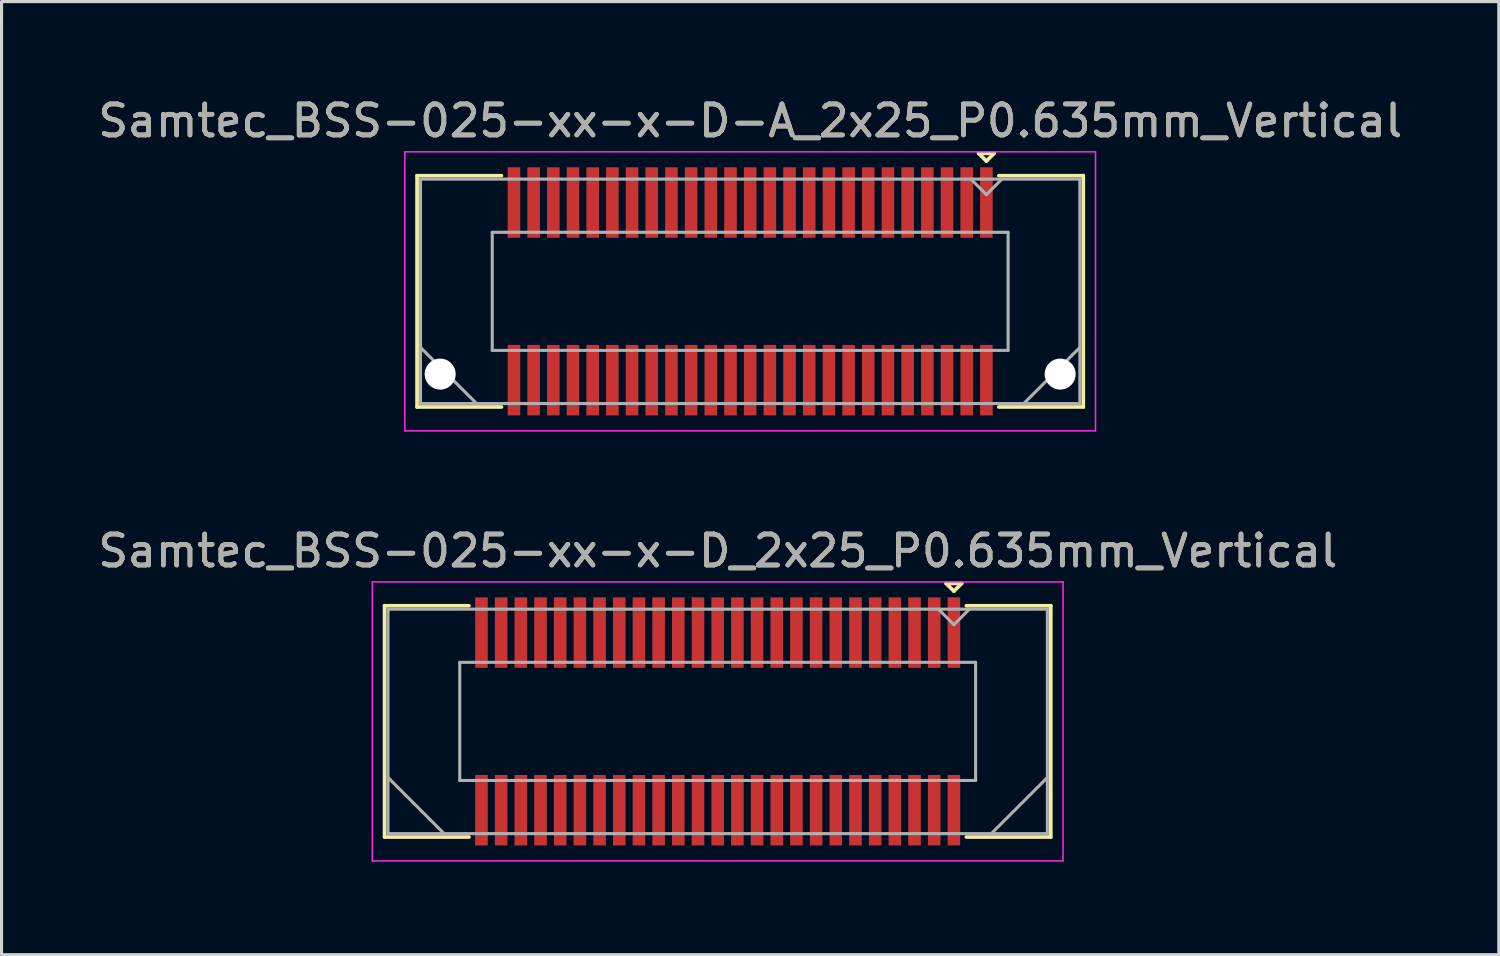
<source format=kicad_pcb>
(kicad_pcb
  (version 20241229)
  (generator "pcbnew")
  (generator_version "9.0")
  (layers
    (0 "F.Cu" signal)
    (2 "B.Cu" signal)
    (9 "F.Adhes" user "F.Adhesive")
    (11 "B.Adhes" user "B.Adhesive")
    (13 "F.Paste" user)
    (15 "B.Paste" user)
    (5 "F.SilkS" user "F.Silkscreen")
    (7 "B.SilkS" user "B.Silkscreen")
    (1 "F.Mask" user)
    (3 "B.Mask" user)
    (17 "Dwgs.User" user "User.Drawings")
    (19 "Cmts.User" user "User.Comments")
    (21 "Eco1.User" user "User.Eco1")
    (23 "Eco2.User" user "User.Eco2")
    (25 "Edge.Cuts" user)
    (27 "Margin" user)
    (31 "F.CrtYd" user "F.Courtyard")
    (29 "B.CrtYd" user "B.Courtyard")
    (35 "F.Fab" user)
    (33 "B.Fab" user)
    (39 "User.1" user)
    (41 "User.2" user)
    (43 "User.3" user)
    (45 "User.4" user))
  (footprint "Samtec_BSS-025-xx-x-D-A_2x25_P0.635mm_Vertical"
    (layer "F.Cu")
    (at 21.149 6.348)
    (property "Reference" "Samtec_BSS-025-xx-x-D-A_2x25_P0.635mm_Vertical" (at 0 -5.5 0) (layer "F.SilkS") (effects (font (size 1 1) (thickness 0.15))))
    (attr smd)
    (fp_line (start -10.745 -3.73) (end -8.023 -3.73) (stroke (width 0.12) (type solid)) (layer "F.SilkS"))
    (fp_line (start -10.745 3.73) (end -10.745 -3.73) (stroke (width 0.12) (type solid)) (layer "F.SilkS"))
    (fp_line (start -8.023 3.73) (end -10.745 3.73) (stroke (width 0.12) (type solid)) (layer "F.SilkS"))
    (fp_line (start 7.37 -4.452) (end 7.87 -4.452) (stroke (width 0.12) (type solid)) (layer "F.SilkS"))
    (fp_line (start 7.62 -4.202) (end 7.37 -4.452) (stroke (width 0.12) (type solid)) (layer "F.SilkS"))
    (fp_line (start 7.87 -4.452) (end 7.62 -4.202) (stroke (width 0.12) (type solid)) (layer "F.SilkS"))
    (fp_line (start 8.023 3.73) (end 10.745 3.73) (stroke (width 0.12) (type solid)) (layer "F.SilkS"))
    (fp_line (start 10.745 -3.73) (end 8.023 -3.73) (stroke (width 0.12) (type solid)) (layer "F.SilkS"))
    (fp_line (start 10.745 3.73) (end 10.745 -3.73) (stroke (width 0.12) (type solid)) (layer "F.SilkS"))
    (fp_line (start -11.14 -4.5) (end -11.14 4.5) (stroke (width 0.05) (type solid)) (layer "F.CrtYd"))
    (fp_line (start -11.14 4.5) (end 11.14 4.5) (stroke (width 0.05) (type solid)) (layer "F.CrtYd"))
    (fp_line (start 11.14 -4.5) (end -11.14 -4.5) (stroke (width 0.05) (type solid)) (layer "F.CrtYd"))
    (fp_line (start 11.14 4.5) (end 11.14 -4.5) (stroke (width 0.05) (type solid)) (layer "F.CrtYd"))
    (fp_line (start -10.635 -3.62) (end -10.635 3.62) (stroke (width 0.1) (type solid)) (layer "F.Fab"))
    (fp_line (start -10.635 1.81) (end -8.825 3.62) (stroke (width 0.1) (type solid)) (layer "F.Fab"))
    (fp_line (start -10.635 3.62) (end 10.635 3.62) (stroke (width 0.1) (type solid)) (layer "F.Fab"))
    (fp_line (start -8.32 -1.905) (end -8.32 1.905) (stroke (width 0.1) (type solid)) (layer "F.Fab"))
    (fp_line (start -8.32 1.905) (end 8.32 1.905) (stroke (width 0.1) (type solid)) (layer "F.Fab"))
    (fp_line (start 7.62 -3.12) (end 7.12 -3.62) (stroke (width 0.1) (type solid)) (layer "F.Fab"))
    (fp_line (start 8.12 -3.62) (end 7.62 -3.12) (stroke (width 0.1) (type solid)) (layer "F.Fab"))
    (fp_line (start 8.32 -1.905) (end -8.32 -1.905) (stroke (width 0.1) (type solid)) (layer "F.Fab"))
    (fp_line (start 8.32 1.905) (end 8.32 -1.905) (stroke (width 0.1) (type solid)) (layer "F.Fab"))
    (fp_line (start 10.635 -3.62) (end -10.635 -3.62) (stroke (width 0.1) (type solid)) (layer "F.Fab"))
    (fp_line (start 10.635 1.81) (end 8.825 3.62) (stroke (width 0.1) (type solid)) (layer "F.Fab"))
    (fp_line (start 10.635 3.62) (end 10.635 -3.62) (stroke (width 0.1) (type solid)) (layer "F.Fab"))
    (fp_text user "${REFERENCE}" (at 0 -5.5 0) (layer "F.Fab") (effects (font (size 1 1) (thickness 0.15))))
    (pad "" np_thru_hole circle (at -10 2.67) (size 1 1) (drill 1) (layers "*.Cu" "*.Mask"))
    (pad "" np_thru_hole circle (at 10 2.67) (size 1 1) (drill 1) (layers "*.Cu" "*.Mask"))
    (pad "1" smd rect (at 7.62 -2.865) (size 0.406 2.273) (layers "F.Cu" "F.Mask" "F.Paste"))
    (pad "2" smd rect (at 7.62 2.865) (size 0.406 2.273) (layers "F.Cu" "F.Mask" "F.Paste"))
    (pad "3" smd rect (at 6.985 -2.865) (size 0.406 2.273) (layers "F.Cu" "F.Mask" "F.Paste"))
    (pad "4" smd rect (at 6.985 2.865) (size 0.406 2.273) (layers "F.Cu" "F.Mask" "F.Paste"))
    (pad "5" smd rect (at 6.35 -2.865) (size 0.406 2.273) (layers "F.Cu" "F.Mask" "F.Paste"))
    (pad "6" smd rect (at 6.35 2.865) (size 0.406 2.273) (layers "F.Cu" "F.Mask" "F.Paste"))
    (pad "7" smd rect (at 5.715 -2.865) (size 0.406 2.273) (layers "F.Cu" "F.Mask" "F.Paste"))
    (pad "8" smd rect (at 5.715 2.865) (size 0.406 2.273) (layers "F.Cu" "F.Mask" "F.Paste"))
    (pad "9" smd rect (at 5.08 -2.865) (size 0.406 2.273) (layers "F.Cu" "F.Mask" "F.Paste"))
    (pad "10" smd rect (at 5.08 2.865) (size 0.406 2.273) (layers "F.Cu" "F.Mask" "F.Paste"))
    (pad "11" smd rect (at 4.445 -2.865) (size 0.406 2.273) (layers "F.Cu" "F.Mask" "F.Paste"))
    (pad "12" smd rect (at 4.445 2.865) (size 0.406 2.273) (layers "F.Cu" "F.Mask" "F.Paste"))
    (pad "13" smd rect (at 3.81 -2.865) (size 0.406 2.273) (layers "F.Cu" "F.Mask" "F.Paste"))
    (pad "14" smd rect (at 3.81 2.865) (size 0.406 2.273) (layers "F.Cu" "F.Mask" "F.Paste"))
    (pad "15" smd rect (at 3.175 -2.865) (size 0.406 2.273) (layers "F.Cu" "F.Mask" "F.Paste"))
    (pad "16" smd rect (at 3.175 2.865) (size 0.406 2.273) (layers "F.Cu" "F.Mask" "F.Paste"))
    (pad "17" smd rect (at 2.54 -2.865) (size 0.406 2.273) (layers "F.Cu" "F.Mask" "F.Paste"))
    (pad "18" smd rect (at 2.54 2.865) (size 0.406 2.273) (layers "F.Cu" "F.Mask" "F.Paste"))
    (pad "19" smd rect (at 1.905 -2.865) (size 0.406 2.273) (layers "F.Cu" "F.Mask" "F.Paste"))
    (pad "20" smd rect (at 1.905 2.865) (size 0.406 2.273) (layers "F.Cu" "F.Mask" "F.Paste"))
    (pad "21" smd rect (at 1.27 -2.865) (size 0.406 2.273) (layers "F.Cu" "F.Mask" "F.Paste"))
    (pad "22" smd rect (at 1.27 2.865) (size 0.406 2.273) (layers "F.Cu" "F.Mask" "F.Paste"))
    (pad "23" smd rect (at 0.635 -2.865) (size 0.406 2.273) (layers "F.Cu" "F.Mask" "F.Paste"))
    (pad "24" smd rect (at 0.635 2.865) (size 0.406 2.273) (layers "F.Cu" "F.Mask" "F.Paste"))
    (pad "25" smd rect (at 0 -2.865) (size 0.406 2.273) (layers "F.Cu" "F.Mask" "F.Paste"))
    (pad "26" smd rect (at 0 2.865) (size 0.406 2.273) (layers "F.Cu" "F.Mask" "F.Paste"))
    (pad "27" smd rect (at -0.635 -2.865) (size 0.406 2.273) (layers "F.Cu" "F.Mask" "F.Paste"))
    (pad "28" smd rect (at -0.635 2.865) (size 0.406 2.273) (layers "F.Cu" "F.Mask" "F.Paste"))
    (pad "29" smd rect (at -1.27 -2.865) (size 0.406 2.273) (layers "F.Cu" "F.Mask" "F.Paste"))
    (pad "30" smd rect (at -1.27 2.865) (size 0.406 2.273) (layers "F.Cu" "F.Mask" "F.Paste"))
    (pad "31" smd rect (at -1.905 -2.865) (size 0.406 2.273) (layers "F.Cu" "F.Mask" "F.Paste"))
    (pad "32" smd rect (at -1.905 2.865) (size 0.406 2.273) (layers "F.Cu" "F.Mask" "F.Paste"))
    (pad "33" smd rect (at -2.54 -2.865) (size 0.406 2.273) (layers "F.Cu" "F.Mask" "F.Paste"))
    (pad "34" smd rect (at -2.54 2.865) (size 0.406 2.273) (layers "F.Cu" "F.Mask" "F.Paste"))
    (pad "35" smd rect (at -3.175 -2.865) (size 0.406 2.273) (layers "F.Cu" "F.Mask" "F.Paste"))
    (pad "36" smd rect (at -3.175 2.865) (size 0.406 2.273) (layers "F.Cu" "F.Mask" "F.Paste"))
    (pad "37" smd rect (at -3.81 -2.865) (size 0.406 2.273) (layers "F.Cu" "F.Mask" "F.Paste"))
    (pad "38" smd rect (at -3.81 2.865) (size 0.406 2.273) (layers "F.Cu" "F.Mask" "F.Paste"))
    (pad "39" smd rect (at -4.445 -2.865) (size 0.406 2.273) (layers "F.Cu" "F.Mask" "F.Paste"))
    (pad "40" smd rect (at -4.445 2.865) (size 0.406 2.273) (layers "F.Cu" "F.Mask" "F.Paste"))
    (pad "41" smd rect (at -5.08 -2.865) (size 0.406 2.273) (layers "F.Cu" "F.Mask" "F.Paste"))
    (pad "42" smd rect (at -5.08 2.865) (size 0.406 2.273) (layers "F.Cu" "F.Mask" "F.Paste"))
    (pad "43" smd rect (at -5.715 -2.865) (size 0.406 2.273) (layers "F.Cu" "F.Mask" "F.Paste"))
    (pad "44" smd rect (at -5.715 2.865) (size 0.406 2.273) (layers "F.Cu" "F.Mask" "F.Paste"))
    (pad "45" smd rect (at -6.35 -2.865) (size 0.406 2.273) (layers "F.Cu" "F.Mask" "F.Paste"))
    (pad "46" smd rect (at -6.35 2.865) (size 0.406 2.273) (layers "F.Cu" "F.Mask" "F.Paste"))
    (pad "47" smd rect (at -6.985 -2.865) (size 0.406 2.273) (layers "F.Cu" "F.Mask" "F.Paste"))
    (pad "48" smd rect (at -6.985 2.865) (size 0.406 2.273) (layers "F.Cu" "F.Mask" "F.Paste"))
    (pad "49" smd rect (at -7.62 -2.865) (size 0.406 2.273) (layers "F.Cu" "F.Mask" "F.Paste"))
    (pad "50" smd rect (at -7.62 2.865) (size 0.406 2.273) (layers "F.Cu" "F.Mask" "F.Paste")))
  (footprint "Samtec_BSS-025-xx-x-D_2x25_P0.635mm_Vertical"
    (layer "F.Cu")
    (at 20.101 20.221)
    (property "Reference" "Samtec_BSS-025-xx-x-D_2x25_P0.635mm_Vertical" (at 0 -5.5 0) (layer "F.SilkS") (effects (font (size 1 1) (thickness 0.15))))
    (attr smd)
    (fp_line (start -10.745 -3.73) (end -8.023 -3.73) (stroke (width 0.12) (type solid)) (layer "F.SilkS"))
    (fp_line (start -10.745 3.73) (end -10.745 -3.73) (stroke (width 0.12) (type solid)) (layer "F.SilkS"))
    (fp_line (start -8.023 3.73) (end -10.745 3.73) (stroke (width 0.12) (type solid)) (layer "F.SilkS"))
    (fp_line (start 7.37 -4.452) (end 7.87 -4.452) (stroke (width 0.12) (type solid)) (layer "F.SilkS"))
    (fp_line (start 7.62 -4.202) (end 7.37 -4.452) (stroke (width 0.12) (type solid)) (layer "F.SilkS"))
    (fp_line (start 7.87 -4.452) (end 7.62 -4.202) (stroke (width 0.12) (type solid)) (layer "F.SilkS"))
    (fp_line (start 8.023 3.73) (end 10.745 3.73) (stroke (width 0.12) (type solid)) (layer "F.SilkS"))
    (fp_line (start 10.745 -3.73) (end 8.023 -3.73) (stroke (width 0.12) (type solid)) (layer "F.SilkS"))
    (fp_line (start 10.745 3.73) (end 10.745 -3.73) (stroke (width 0.12) (type solid)) (layer "F.SilkS"))
    (fp_line (start -11.14 -4.5) (end -11.14 4.5) (stroke (width 0.05) (type solid)) (layer "F.CrtYd"))
    (fp_line (start -11.14 4.5) (end 11.14 4.5) (stroke (width 0.05) (type solid)) (layer "F.CrtYd"))
    (fp_line (start 11.14 -4.5) (end -11.14 -4.5) (stroke (width 0.05) (type solid)) (layer "F.CrtYd"))
    (fp_line (start 11.14 4.5) (end 11.14 -4.5) (stroke (width 0.05) (type solid)) (layer "F.CrtYd"))
    (fp_line (start -10.635 -3.62) (end -10.635 3.62) (stroke (width 0.1) (type solid)) (layer "F.Fab"))
    (fp_line (start -10.635 1.81) (end -8.825 3.62) (stroke (width 0.1) (type solid)) (layer "F.Fab"))
    (fp_line (start -10.635 3.62) (end 10.635 3.62) (stroke (width 0.1) (type solid)) (layer "F.Fab"))
    (fp_line (start -8.32 -1.905) (end -8.32 1.905) (stroke (width 0.1) (type solid)) (layer "F.Fab"))
    (fp_line (start -8.32 1.905) (end 8.32 1.905) (stroke (width 0.1) (type solid)) (layer "F.Fab"))
    (fp_line (start 7.62 -3.12) (end 7.12 -3.62) (stroke (width 0.1) (type solid)) (layer "F.Fab"))
    (fp_line (start 8.12 -3.62) (end 7.62 -3.12) (stroke (width 0.1) (type solid)) (layer "F.Fab"))
    (fp_line (start 8.32 -1.905) (end -8.32 -1.905) (stroke (width 0.1) (type solid)) (layer "F.Fab"))
    (fp_line (start 8.32 1.905) (end 8.32 -1.905) (stroke (width 0.1) (type solid)) (layer "F.Fab"))
    (fp_line (start 10.635 -3.62) (end -10.635 -3.62) (stroke (width 0.1) (type solid)) (layer "F.Fab"))
    (fp_line (start 10.635 1.81) (end 8.825 3.62) (stroke (width 0.1) (type solid)) (layer "F.Fab"))
    (fp_line (start 10.635 3.62) (end 10.635 -3.62) (stroke (width 0.1) (type solid)) (layer "F.Fab"))
    (fp_text user "${REFERENCE}" (at 0 -5.5 0) (layer "F.Fab") (effects (font (size 1 1) (thickness 0.15))))
    (pad "1" smd rect (at 7.62 -2.865) (size 0.406 2.273) (layers "F.Cu" "F.Mask" "F.Paste"))
    (pad "2" smd rect (at 7.62 2.865) (size 0.406 2.273) (layers "F.Cu" "F.Mask" "F.Paste"))
    (pad "3" smd rect (at 6.985 -2.865) (size 0.406 2.273) (layers "F.Cu" "F.Mask" "F.Paste"))
    (pad "4" smd rect (at 6.985 2.865) (size 0.406 2.273) (layers "F.Cu" "F.Mask" "F.Paste"))
    (pad "5" smd rect (at 6.35 -2.865) (size 0.406 2.273) (layers "F.Cu" "F.Mask" "F.Paste"))
    (pad "6" smd rect (at 6.35 2.865) (size 0.406 2.273) (layers "F.Cu" "F.Mask" "F.Paste"))
    (pad "7" smd rect (at 5.715 -2.865) (size 0.406 2.273) (layers "F.Cu" "F.Mask" "F.Paste"))
    (pad "8" smd rect (at 5.715 2.865) (size 0.406 2.273) (layers "F.Cu" "F.Mask" "F.Paste"))
    (pad "9" smd rect (at 5.08 -2.865) (size 0.406 2.273) (layers "F.Cu" "F.Mask" "F.Paste"))
    (pad "10" smd rect (at 5.08 2.865) (size 0.406 2.273) (layers "F.Cu" "F.Mask" "F.Paste"))
    (pad "11" smd rect (at 4.445 -2.865) (size 0.406 2.273) (layers "F.Cu" "F.Mask" "F.Paste"))
    (pad "12" smd rect (at 4.445 2.865) (size 0.406 2.273) (layers "F.Cu" "F.Mask" "F.Paste"))
    (pad "13" smd rect (at 3.81 -2.865) (size 0.406 2.273) (layers "F.Cu" "F.Mask" "F.Paste"))
    (pad "14" smd rect (at 3.81 2.865) (size 0.406 2.273) (layers "F.Cu" "F.Mask" "F.Paste"))
    (pad "15" smd rect (at 3.175 -2.865) (size 0.406 2.273) (layers "F.Cu" "F.Mask" "F.Paste"))
    (pad "16" smd rect (at 3.175 2.865) (size 0.406 2.273) (layers "F.Cu" "F.Mask" "F.Paste"))
    (pad "17" smd rect (at 2.54 -2.865) (size 0.406 2.273) (layers "F.Cu" "F.Mask" "F.Paste"))
    (pad "18" smd rect (at 2.54 2.865) (size 0.406 2.273) (layers "F.Cu" "F.Mask" "F.Paste"))
    (pad "19" smd rect (at 1.905 -2.865) (size 0.406 2.273) (layers "F.Cu" "F.Mask" "F.Paste"))
    (pad "20" smd rect (at 1.905 2.865) (size 0.406 2.273) (layers "F.Cu" "F.Mask" "F.Paste"))
    (pad "21" smd rect (at 1.27 -2.865) (size 0.406 2.273) (layers "F.Cu" "F.Mask" "F.Paste"))
    (pad "22" smd rect (at 1.27 2.865) (size 0.406 2.273) (layers "F.Cu" "F.Mask" "F.Paste"))
    (pad "23" smd rect (at 0.635 -2.865) (size 0.406 2.273) (layers "F.Cu" "F.Mask" "F.Paste"))
    (pad "24" smd rect (at 0.635 2.865) (size 0.406 2.273) (layers "F.Cu" "F.Mask" "F.Paste"))
    (pad "25" smd rect (at 0 -2.865) (size 0.406 2.273) (layers "F.Cu" "F.Mask" "F.Paste"))
    (pad "26" smd rect (at 0 2.865) (size 0.406 2.273) (layers "F.Cu" "F.Mask" "F.Paste"))
    (pad "27" smd rect (at -0.635 -2.865) (size 0.406 2.273) (layers "F.Cu" "F.Mask" "F.Paste"))
    (pad "28" smd rect (at -0.635 2.865) (size 0.406 2.273) (layers "F.Cu" "F.Mask" "F.Paste"))
    (pad "29" smd rect (at -1.27 -2.865) (size 0.406 2.273) (layers "F.Cu" "F.Mask" "F.Paste"))
    (pad "30" smd rect (at -1.27 2.865) (size 0.406 2.273) (layers "F.Cu" "F.Mask" "F.Paste"))
    (pad "31" smd rect (at -1.905 -2.865) (size 0.406 2.273) (layers "F.Cu" "F.Mask" "F.Paste"))
    (pad "32" smd rect (at -1.905 2.865) (size 0.406 2.273) (layers "F.Cu" "F.Mask" "F.Paste"))
    (pad "33" smd rect (at -2.54 -2.865) (size 0.406 2.273) (layers "F.Cu" "F.Mask" "F.Paste"))
    (pad "34" smd rect (at -2.54 2.865) (size 0.406 2.273) (layers "F.Cu" "F.Mask" "F.Paste"))
    (pad "35" smd rect (at -3.175 -2.865) (size 0.406 2.273) (layers "F.Cu" "F.Mask" "F.Paste"))
    (pad "36" smd rect (at -3.175 2.865) (size 0.406 2.273) (layers "F.Cu" "F.Mask" "F.Paste"))
    (pad "37" smd rect (at -3.81 -2.865) (size 0.406 2.273) (layers "F.Cu" "F.Mask" "F.Paste"))
    (pad "38" smd rect (at -3.81 2.865) (size 0.406 2.273) (layers "F.Cu" "F.Mask" "F.Paste"))
    (pad "39" smd rect (at -4.445 -2.865) (size 0.406 2.273) (layers "F.Cu" "F.Mask" "F.Paste"))
    (pad "40" smd rect (at -4.445 2.865) (size 0.406 2.273) (layers "F.Cu" "F.Mask" "F.Paste"))
    (pad "41" smd rect (at -5.08 -2.865) (size 0.406 2.273) (layers "F.Cu" "F.Mask" "F.Paste"))
    (pad "42" smd rect (at -5.08 2.865) (size 0.406 2.273) (layers "F.Cu" "F.Mask" "F.Paste"))
    (pad "43" smd rect (at -5.715 -2.865) (size 0.406 2.273) (layers "F.Cu" "F.Mask" "F.Paste"))
    (pad "44" smd rect (at -5.715 2.865) (size 0.406 2.273) (layers "F.Cu" "F.Mask" "F.Paste"))
    (pad "45" smd rect (at -6.35 -2.865) (size 0.406 2.273) (layers "F.Cu" "F.Mask" "F.Paste"))
    (pad "46" smd rect (at -6.35 2.865) (size 0.406 2.273) (layers "F.Cu" "F.Mask" "F.Paste"))
    (pad "47" smd rect (at -6.985 -2.865) (size 0.406 2.273) (layers "F.Cu" "F.Mask" "F.Paste"))
    (pad "48" smd rect (at -6.985 2.865) (size 0.406 2.273) (layers "F.Cu" "F.Mask" "F.Paste"))
    (pad "49" smd rect (at -7.62 -2.865) (size 0.406 2.273) (layers "F.Cu" "F.Mask" "F.Paste"))
    (pad "50" smd rect (at -7.62 2.865) (size 0.406 2.273) (layers "F.Cu" "F.Mask" "F.Paste")))
  (gr_rect
    (start -3 -3)
    (end 45.298 27.747)
    (stroke (width 0.1) (type default))
    (fill no)
    (layer "Edge.Cuts")))
</source>
